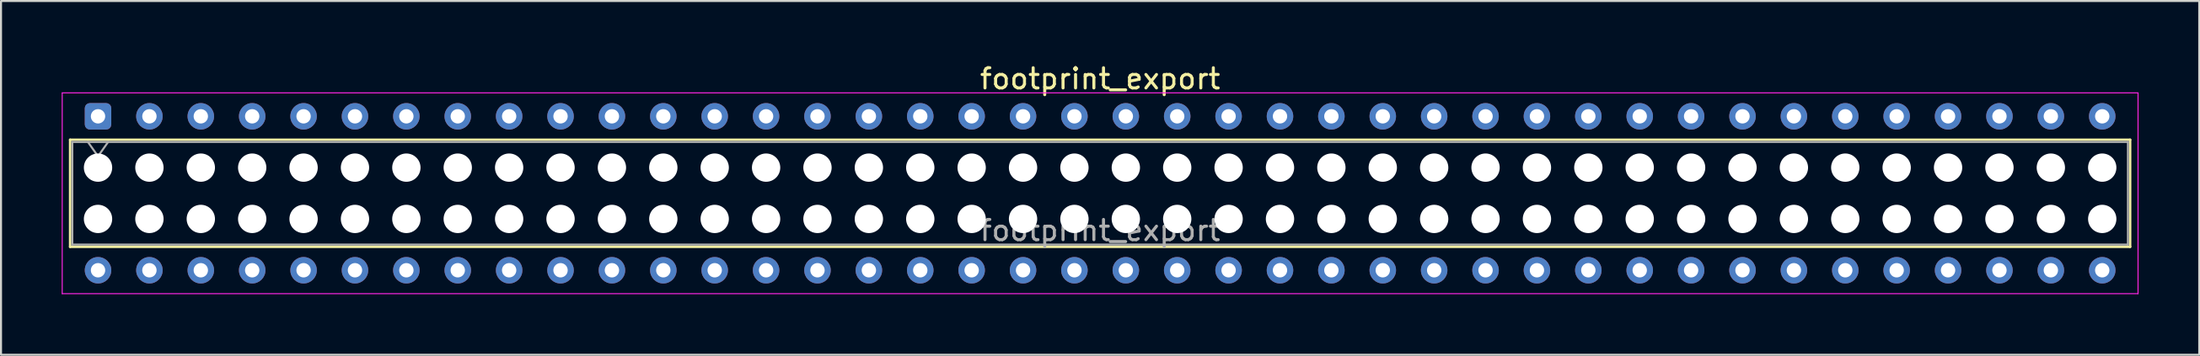
<source format=kicad_pcb>
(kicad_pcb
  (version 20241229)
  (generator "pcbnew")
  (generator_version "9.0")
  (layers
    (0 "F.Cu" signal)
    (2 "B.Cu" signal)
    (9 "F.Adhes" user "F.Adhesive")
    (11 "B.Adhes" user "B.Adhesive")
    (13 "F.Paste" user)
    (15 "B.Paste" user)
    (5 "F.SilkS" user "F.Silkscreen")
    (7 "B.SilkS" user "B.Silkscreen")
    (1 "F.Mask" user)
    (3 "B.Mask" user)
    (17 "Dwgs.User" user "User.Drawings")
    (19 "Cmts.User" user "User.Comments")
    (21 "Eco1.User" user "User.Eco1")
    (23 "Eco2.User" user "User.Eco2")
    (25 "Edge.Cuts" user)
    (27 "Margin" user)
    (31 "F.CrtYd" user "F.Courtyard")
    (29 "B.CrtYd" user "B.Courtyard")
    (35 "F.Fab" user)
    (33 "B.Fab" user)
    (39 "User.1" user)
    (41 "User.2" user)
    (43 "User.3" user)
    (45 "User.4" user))
  (footprint "footprint_export"
    (layer "F.Cu")
    (at 1.795 2.708)
    (property "Reference" "footprint_export" (at 49.53 -1.86 0) (layer "F.SilkS") (effects (font (size 1 1) (thickness 0.15))))
    (attr through_hole)
    (fp_line (start -1.38 1.16) (end 100.44 1.16) (stroke (width 0.12) (type solid)) (layer "F.SilkS"))
    (fp_line (start -1.38 6.46) (end -1.38 1.16) (stroke (width 0.12) (type solid)) (layer "F.SilkS"))
    (fp_line (start 100.44 1.16) (end 100.44 6.46) (stroke (width 0.12) (type solid)) (layer "F.SilkS"))
    (fp_line (start 100.44 6.46) (end -1.38 6.46) (stroke (width 0.12) (type solid)) (layer "F.SilkS"))
    (fp_line (start -1.77 -1.16) (end 100.83 -1.16) (stroke (width 0.05) (type solid)) (layer "F.CrtYd"))
    (fp_line (start -1.77 8.78) (end -1.77 -1.16) (stroke (width 0.05) (type solid)) (layer "F.CrtYd"))
    (fp_line (start 100.83 -1.16) (end 100.83 8.78) (stroke (width 0.05) (type solid)) (layer "F.CrtYd"))
    (fp_line (start 100.83 8.78) (end -1.77 8.78) (stroke (width 0.05) (type solid)) (layer "F.CrtYd"))
    (fp_line (start -1.27 1.27) (end 100.33 1.27) (stroke (width 0.1) (type solid)) (layer "F.Fab"))
    (fp_line (start -1.27 6.35) (end -1.27 1.27) (stroke (width 0.1) (type solid)) (layer "F.Fab"))
    (fp_line (start -0.5 1.27) (end 0 1.977) (stroke (width 0.1) (type solid)) (layer "F.Fab"))
    (fp_line (start 0 1.977) (end 0.5 1.27) (stroke (width 0.1) (type solid)) (layer "F.Fab"))
    (fp_line (start 100.33 1.27) (end 100.33 6.35) (stroke (width 0.1) (type solid)) (layer "F.Fab"))
    (fp_line (start 100.33 6.35) (end -1.27 6.35) (stroke (width 0.1) (type solid)) (layer "F.Fab"))
    (fp_text user "${REFERENCE}" (at 49.53 5.65 0) (layer "F.Fab") (effects (font (size 1 1) (thickness 0.15))))
    (pad "" np_thru_hole circle (at 0 2.54) (size 1.4 1.4) (drill 1.4) (layers "*.Cu" "*.Mask"))
    (pad "" np_thru_hole circle (at 0 5.08) (size 1.4 1.4) (drill 1.4) (layers "*.Cu" "*.Mask"))
    (pad "" np_thru_hole circle (at 2.54 2.54) (size 1.4 1.4) (drill 1.4) (layers "*.Cu" "*.Mask"))
    (pad "" np_thru_hole circle (at 2.54 5.08) (size 1.4 1.4) (drill 1.4) (layers "*.Cu" "*.Mask"))
    (pad "" np_thru_hole circle (at 5.08 2.54) (size 1.4 1.4) (drill 1.4) (layers "*.Cu" "*.Mask"))
    (pad "" np_thru_hole circle (at 5.08 5.08) (size 1.4 1.4) (drill 1.4) (layers "*.Cu" "*.Mask"))
    (pad "" np_thru_hole circle (at 7.62 2.54) (size 1.4 1.4) (drill 1.4) (layers "*.Cu" "*.Mask"))
    (pad "" np_thru_hole circle (at 7.62 5.08) (size 1.4 1.4) (drill 1.4) (layers "*.Cu" "*.Mask"))
    (pad "" np_thru_hole circle (at 10.16 2.54) (size 1.4 1.4) (drill 1.4) (layers "*.Cu" "*.Mask"))
    (pad "" np_thru_hole circle (at 10.16 5.08) (size 1.4 1.4) (drill 1.4) (layers "*.Cu" "*.Mask"))
    (pad "" np_thru_hole circle (at 12.7 2.54) (size 1.4 1.4) (drill 1.4) (layers "*.Cu" "*.Mask"))
    (pad "" np_thru_hole circle (at 12.7 5.08) (size 1.4 1.4) (drill 1.4) (layers "*.Cu" "*.Mask"))
    (pad "" np_thru_hole circle (at 15.24 2.54) (size 1.4 1.4) (drill 1.4) (layers "*.Cu" "*.Mask"))
    (pad "" np_thru_hole circle (at 15.24 5.08) (size 1.4 1.4) (drill 1.4) (layers "*.Cu" "*.Mask"))
    (pad "" np_thru_hole circle (at 17.78 2.54) (size 1.4 1.4) (drill 1.4) (layers "*.Cu" "*.Mask"))
    (pad "" np_thru_hole circle (at 17.78 5.08) (size 1.4 1.4) (drill 1.4) (layers "*.Cu" "*.Mask"))
    (pad "" np_thru_hole circle (at 20.32 2.54) (size 1.4 1.4) (drill 1.4) (layers "*.Cu" "*.Mask"))
    (pad "" np_thru_hole circle (at 20.32 5.08) (size 1.4 1.4) (drill 1.4) (layers "*.Cu" "*.Mask"))
    (pad "" np_thru_hole circle (at 22.86 2.54) (size 1.4 1.4) (drill 1.4) (layers "*.Cu" "*.Mask"))
    (pad "" np_thru_hole circle (at 22.86 5.08) (size 1.4 1.4) (drill 1.4) (layers "*.Cu" "*.Mask"))
    (pad "" np_thru_hole circle (at 25.4 2.54) (size 1.4 1.4) (drill 1.4) (layers "*.Cu" "*.Mask"))
    (pad "" np_thru_hole circle (at 25.4 5.08) (size 1.4 1.4) (drill 1.4) (layers "*.Cu" "*.Mask"))
    (pad "" np_thru_hole circle (at 27.94 2.54) (size 1.4 1.4) (drill 1.4) (layers "*.Cu" "*.Mask"))
    (pad "" np_thru_hole circle (at 27.94 5.08) (size 1.4 1.4) (drill 1.4) (layers "*.Cu" "*.Mask"))
    (pad "" np_thru_hole circle (at 30.48 2.54) (size 1.4 1.4) (drill 1.4) (layers "*.Cu" "*.Mask"))
    (pad "" np_thru_hole circle (at 30.48 5.08) (size 1.4 1.4) (drill 1.4) (layers "*.Cu" "*.Mask"))
    (pad "" np_thru_hole circle (at 33.02 2.54) (size 1.4 1.4) (drill 1.4) (layers "*.Cu" "*.Mask"))
    (pad "" np_thru_hole circle (at 33.02 5.08) (size 1.4 1.4) (drill 1.4) (layers "*.Cu" "*.Mask"))
    (pad "" np_thru_hole circle (at 35.56 2.54) (size 1.4 1.4) (drill 1.4) (layers "*.Cu" "*.Mask"))
    (pad "" np_thru_hole circle (at 35.56 5.08) (size 1.4 1.4) (drill 1.4) (layers "*.Cu" "*.Mask"))
    (pad "" np_thru_hole circle (at 38.1 2.54) (size 1.4 1.4) (drill 1.4) (layers "*.Cu" "*.Mask"))
    (pad "" np_thru_hole circle (at 38.1 5.08) (size 1.4 1.4) (drill 1.4) (layers "*.Cu" "*.Mask"))
    (pad "" np_thru_hole circle (at 40.64 2.54) (size 1.4 1.4) (drill 1.4) (layers "*.Cu" "*.Mask"))
    (pad "" np_thru_hole circle (at 40.64 5.08) (size 1.4 1.4) (drill 1.4) (layers "*.Cu" "*.Mask"))
    (pad "" np_thru_hole circle (at 43.18 2.54) (size 1.4 1.4) (drill 1.4) (layers "*.Cu" "*.Mask"))
    (pad "" np_thru_hole circle (at 43.18 5.08) (size 1.4 1.4) (drill 1.4) (layers "*.Cu" "*.Mask"))
    (pad "" np_thru_hole circle (at 45.72 2.54) (size 1.4 1.4) (drill 1.4) (layers "*.Cu" "*.Mask"))
    (pad "" np_thru_hole circle (at 45.72 5.08) (size 1.4 1.4) (drill 1.4) (layers "*.Cu" "*.Mask"))
    (pad "" np_thru_hole circle (at 48.26 2.54) (size 1.4 1.4) (drill 1.4) (layers "*.Cu" "*.Mask"))
    (pad "" np_thru_hole circle (at 48.26 5.08) (size 1.4 1.4) (drill 1.4) (layers "*.Cu" "*.Mask"))
    (pad "" np_thru_hole circle (at 50.8 2.54) (size 1.4 1.4) (drill 1.4) (layers "*.Cu" "*.Mask"))
    (pad "" np_thru_hole circle (at 50.8 5.08) (size 1.4 1.4) (drill 1.4) (layers "*.Cu" "*.Mask"))
    (pad "" np_thru_hole circle (at 53.34 2.54) (size 1.4 1.4) (drill 1.4) (layers "*.Cu" "*.Mask"))
    (pad "" np_thru_hole circle (at 53.34 5.08) (size 1.4 1.4) (drill 1.4) (layers "*.Cu" "*.Mask"))
    (pad "" np_thru_hole circle (at 55.88 2.54) (size 1.4 1.4) (drill 1.4) (layers "*.Cu" "*.Mask"))
    (pad "" np_thru_hole circle (at 55.88 5.08) (size 1.4 1.4) (drill 1.4) (layers "*.Cu" "*.Mask"))
    (pad "" np_thru_hole circle (at 58.42 2.54) (size 1.4 1.4) (drill 1.4) (layers "*.Cu" "*.Mask"))
    (pad "" np_thru_hole circle (at 58.42 5.08) (size 1.4 1.4) (drill 1.4) (layers "*.Cu" "*.Mask"))
    (pad "" np_thru_hole circle (at 60.96 2.54) (size 1.4 1.4) (drill 1.4) (layers "*.Cu" "*.Mask"))
    (pad "" np_thru_hole circle (at 60.96 5.08) (size 1.4 1.4) (drill 1.4) (layers "*.Cu" "*.Mask"))
    (pad "" np_thru_hole circle (at 63.5 2.54) (size 1.4 1.4) (drill 1.4) (layers "*.Cu" "*.Mask"))
    (pad "" np_thru_hole circle (at 63.5 5.08) (size 1.4 1.4) (drill 1.4) (layers "*.Cu" "*.Mask"))
    (pad "" np_thru_hole circle (at 66.04 2.54) (size 1.4 1.4) (drill 1.4) (layers "*.Cu" "*.Mask"))
    (pad "" np_thru_hole circle (at 66.04 5.08) (size 1.4 1.4) (drill 1.4) (layers "*.Cu" "*.Mask"))
    (pad "" np_thru_hole circle (at 68.58 2.54) (size 1.4 1.4) (drill 1.4) (layers "*.Cu" "*.Mask"))
    (pad "" np_thru_hole circle (at 68.58 5.08) (size 1.4 1.4) (drill 1.4) (layers "*.Cu" "*.Mask"))
    (pad "" np_thru_hole circle (at 71.12 2.54) (size 1.4 1.4) (drill 1.4) (layers "*.Cu" "*.Mask"))
    (pad "" np_thru_hole circle (at 71.12 5.08) (size 1.4 1.4) (drill 1.4) (layers "*.Cu" "*.Mask"))
    (pad "" np_thru_hole circle (at 73.66 2.54) (size 1.4 1.4) (drill 1.4) (layers "*.Cu" "*.Mask"))
    (pad "" np_thru_hole circle (at 73.66 5.08) (size 1.4 1.4) (drill 1.4) (layers "*.Cu" "*.Mask"))
    (pad "" np_thru_hole circle (at 76.2 2.54) (size 1.4 1.4) (drill 1.4) (layers "*.Cu" "*.Mask"))
    (pad "" np_thru_hole circle (at 76.2 5.08) (size 1.4 1.4) (drill 1.4) (layers "*.Cu" "*.Mask"))
    (pad "" np_thru_hole circle (at 78.74 2.54) (size 1.4 1.4) (drill 1.4) (layers "*.Cu" "*.Mask"))
    (pad "" np_thru_hole circle (at 78.74 5.08) (size 1.4 1.4) (drill 1.4) (layers "*.Cu" "*.Mask"))
    (pad "" np_thru_hole circle (at 81.28 2.54) (size 1.4 1.4) (drill 1.4) (layers "*.Cu" "*.Mask"))
    (pad "" np_thru_hole circle (at 81.28 5.08) (size 1.4 1.4) (drill 1.4) (layers "*.Cu" "*.Mask"))
    (pad "" np_thru_hole circle (at 83.82 2.54) (size 1.4 1.4) (drill 1.4) (layers "*.Cu" "*.Mask"))
    (pad "" np_thru_hole circle (at 83.82 5.08) (size 1.4 1.4) (drill 1.4) (layers "*.Cu" "*.Mask"))
    (pad "" np_thru_hole circle (at 86.36 2.54) (size 1.4 1.4) (drill 1.4) (layers "*.Cu" "*.Mask"))
    (pad "" np_thru_hole circle (at 86.36 5.08) (size 1.4 1.4) (drill 1.4) (layers "*.Cu" "*.Mask"))
    (pad "" np_thru_hole circle (at 88.9 2.54) (size 1.4 1.4) (drill 1.4) (layers "*.Cu" "*.Mask"))
    (pad "" np_thru_hole circle (at 88.9 5.08) (size 1.4 1.4) (drill 1.4) (layers "*.Cu" "*.Mask"))
    (pad "" np_thru_hole circle (at 91.44 2.54) (size 1.4 1.4) (drill 1.4) (layers "*.Cu" "*.Mask"))
    (pad "" np_thru_hole circle (at 91.44 5.08) (size 1.4 1.4) (drill 1.4) (layers "*.Cu" "*.Mask"))
    (pad "" np_thru_hole circle (at 93.98 2.54) (size 1.4 1.4) (drill 1.4) (layers "*.Cu" "*.Mask"))
    (pad "" np_thru_hole circle (at 93.98 5.08) (size 1.4 1.4) (drill 1.4) (layers "*.Cu" "*.Mask"))
    (pad "" np_thru_hole circle (at 96.52 2.54) (size 1.4 1.4) (drill 1.4) (layers "*.Cu" "*.Mask"))
    (pad "" np_thru_hole circle (at 96.52 5.08) (size 1.4 1.4) (drill 1.4) (layers "*.Cu" "*.Mask"))
    (pad "" np_thru_hole circle (at 99.06 2.54) (size 1.4 1.4) (drill 1.4) (layers "*.Cu" "*.Mask"))
    (pad "" np_thru_hole circle (at 99.06 5.08) (size 1.4 1.4) (drill 1.4) (layers "*.Cu" "*.Mask"))
    (pad "1" thru_hole roundrect (at 0 0) (size 1.31 1.31) (drill 0.71) (layers "*.Cu" "*.Mask") (roundrect_rratio 0.191))
    (pad "2" thru_hole circle (at 0 7.62) (size 1.31 1.31) (drill 0.71) (layers "*.Cu" "*.Mask"))
    (pad "3" thru_hole circle (at 2.54 0) (size 1.31 1.31) (drill 0.71) (layers "*.Cu" "*.Mask"))
    (pad "4" thru_hole circle (at 2.54 7.62) (size 1.31 1.31) (drill 0.71) (layers "*.Cu" "*.Mask"))
    (pad "5" thru_hole circle (at 5.08 0) (size 1.31 1.31) (drill 0.71) (layers "*.Cu" "*.Mask"))
    (pad "6" thru_hole circle (at 5.08 7.62) (size 1.31 1.31) (drill 0.71) (layers "*.Cu" "*.Mask"))
    (pad "7" thru_hole circle (at 7.62 0) (size 1.31 1.31) (drill 0.71) (layers "*.Cu" "*.Mask"))
    (pad "8" thru_hole circle (at 7.62 7.62) (size 1.31 1.31) (drill 0.71) (layers "*.Cu" "*.Mask"))
    (pad "9" thru_hole circle (at 10.16 0) (size 1.31 1.31) (drill 0.71) (layers "*.Cu" "*.Mask"))
    (pad "10" thru_hole circle (at 10.16 7.62) (size 1.31 1.31) (drill 0.71) (layers "*.Cu" "*.Mask"))
    (pad "11" thru_hole circle (at 12.7 0) (size 1.31 1.31) (drill 0.71) (layers "*.Cu" "*.Mask"))
    (pad "12" thru_hole circle (at 12.7 7.62) (size 1.31 1.31) (drill 0.71) (layers "*.Cu" "*.Mask"))
    (pad "13" thru_hole circle (at 15.24 0) (size 1.31 1.31) (drill 0.71) (layers "*.Cu" "*.Mask"))
    (pad "14" thru_hole circle (at 15.24 7.62) (size 1.31 1.31) (drill 0.71) (layers "*.Cu" "*.Mask"))
    (pad "15" thru_hole circle (at 17.78 0) (size 1.31 1.31) (drill 0.71) (layers "*.Cu" "*.Mask"))
    (pad "16" thru_hole circle (at 17.78 7.62) (size 1.31 1.31) (drill 0.71) (layers "*.Cu" "*.Mask"))
    (pad "17" thru_hole circle (at 20.32 0) (size 1.31 1.31) (drill 0.71) (layers "*.Cu" "*.Mask"))
    (pad "18" thru_hole circle (at 20.32 7.62) (size 1.31 1.31) (drill 0.71) (layers "*.Cu" "*.Mask"))
    (pad "19" thru_hole circle (at 22.86 0) (size 1.31 1.31) (drill 0.71) (layers "*.Cu" "*.Mask"))
    (pad "20" thru_hole circle (at 22.86 7.62) (size 1.31 1.31) (drill 0.71) (layers "*.Cu" "*.Mask"))
    (pad "21" thru_hole circle (at 25.4 0) (size 1.31 1.31) (drill 0.71) (layers "*.Cu" "*.Mask"))
    (pad "22" thru_hole circle (at 25.4 7.62) (size 1.31 1.31) (drill 0.71) (layers "*.Cu" "*.Mask"))
    (pad "23" thru_hole circle (at 27.94 0) (size 1.31 1.31) (drill 0.71) (layers "*.Cu" "*.Mask"))
    (pad "24" thru_hole circle (at 27.94 7.62) (size 1.31 1.31) (drill 0.71) (layers "*.Cu" "*.Mask"))
    (pad "25" thru_hole circle (at 30.48 0) (size 1.31 1.31) (drill 0.71) (layers "*.Cu" "*.Mask"))
    (pad "26" thru_hole circle (at 30.48 7.62) (size 1.31 1.31) (drill 0.71) (layers "*.Cu" "*.Mask"))
    (pad "27" thru_hole circle (at 33.02 0) (size 1.31 1.31) (drill 0.71) (layers "*.Cu" "*.Mask"))
    (pad "28" thru_hole circle (at 33.02 7.62) (size 1.31 1.31) (drill 0.71) (layers "*.Cu" "*.Mask"))
    (pad "29" thru_hole circle (at 35.56 0) (size 1.31 1.31) (drill 0.71) (layers "*.Cu" "*.Mask"))
    (pad "30" thru_hole circle (at 35.56 7.62) (size 1.31 1.31) (drill 0.71) (layers "*.Cu" "*.Mask"))
    (pad "31" thru_hole circle (at 38.1 0) (size 1.31 1.31) (drill 0.71) (layers "*.Cu" "*.Mask"))
    (pad "32" thru_hole circle (at 38.1 7.62) (size 1.31 1.31) (drill 0.71) (layers "*.Cu" "*.Mask"))
    (pad "33" thru_hole circle (at 40.64 0) (size 1.31 1.31) (drill 0.71) (layers "*.Cu" "*.Mask"))
    (pad "34" thru_hole circle (at 40.64 7.62) (size 1.31 1.31) (drill 0.71) (layers "*.Cu" "*.Mask"))
    (pad "35" thru_hole circle (at 43.18 0) (size 1.31 1.31) (drill 0.71) (layers "*.Cu" "*.Mask"))
    (pad "36" thru_hole circle (at 43.18 7.62) (size 1.31 1.31) (drill 0.71) (layers "*.Cu" "*.Mask"))
    (pad "37" thru_hole circle (at 45.72 0) (size 1.31 1.31) (drill 0.71) (layers "*.Cu" "*.Mask"))
    (pad "38" thru_hole circle (at 45.72 7.62) (size 1.31 1.31) (drill 0.71) (layers "*.Cu" "*.Mask"))
    (pad "39" thru_hole circle (at 48.26 0) (size 1.31 1.31) (drill 0.71) (layers "*.Cu" "*.Mask"))
    (pad "40" thru_hole circle (at 48.26 7.62) (size 1.31 1.31) (drill 0.71) (layers "*.Cu" "*.Mask"))
    (pad "41" thru_hole circle (at 50.8 0) (size 1.31 1.31) (drill 0.71) (layers "*.Cu" "*.Mask"))
    (pad "42" thru_hole circle (at 50.8 7.62) (size 1.31 1.31) (drill 0.71) (layers "*.Cu" "*.Mask"))
    (pad "43" thru_hole circle (at 53.34 0) (size 1.31 1.31) (drill 0.71) (layers "*.Cu" "*.Mask"))
    (pad "44" thru_hole circle (at 53.34 7.62) (size 1.31 1.31) (drill 0.71) (layers "*.Cu" "*.Mask"))
    (pad "45" thru_hole circle (at 55.88 0) (size 1.31 1.31) (drill 0.71) (layers "*.Cu" "*.Mask"))
    (pad "46" thru_hole circle (at 55.88 7.62) (size 1.31 1.31) (drill 0.71) (layers "*.Cu" "*.Mask"))
    (pad "47" thru_hole circle (at 58.42 0) (size 1.31 1.31) (drill 0.71) (layers "*.Cu" "*.Mask"))
    (pad "48" thru_hole circle (at 58.42 7.62) (size 1.31 1.31) (drill 0.71) (layers "*.Cu" "*.Mask"))
    (pad "49" thru_hole circle (at 60.96 0) (size 1.31 1.31) (drill 0.71) (layers "*.Cu" "*.Mask"))
    (pad "50" thru_hole circle (at 60.96 7.62) (size 1.31 1.31) (drill 0.71) (layers "*.Cu" "*.Mask"))
    (pad "51" thru_hole circle (at 63.5 0) (size 1.31 1.31) (drill 0.71) (layers "*.Cu" "*.Mask"))
    (pad "52" thru_hole circle (at 63.5 7.62) (size 1.31 1.31) (drill 0.71) (layers "*.Cu" "*.Mask"))
    (pad "53" thru_hole circle (at 66.04 0) (size 1.31 1.31) (drill 0.71) (layers "*.Cu" "*.Mask"))
    (pad "54" thru_hole circle (at 66.04 7.62) (size 1.31 1.31) (drill 0.71) (layers "*.Cu" "*.Mask"))
    (pad "55" thru_hole circle (at 68.58 0) (size 1.31 1.31) (drill 0.71) (layers "*.Cu" "*.Mask"))
    (pad "56" thru_hole circle (at 68.58 7.62) (size 1.31 1.31) (drill 0.71) (layers "*.Cu" "*.Mask"))
    (pad "57" thru_hole circle (at 71.12 0) (size 1.31 1.31) (drill 0.71) (layers "*.Cu" "*.Mask"))
    (pad "58" thru_hole circle (at 71.12 7.62) (size 1.31 1.31) (drill 0.71) (layers "*.Cu" "*.Mask"))
    (pad "59" thru_hole circle (at 73.66 0) (size 1.31 1.31) (drill 0.71) (layers "*.Cu" "*.Mask"))
    (pad "60" thru_hole circle (at 73.66 7.62) (size 1.31 1.31) (drill 0.71) (layers "*.Cu" "*.Mask"))
    (pad "61" thru_hole circle (at 76.2 0) (size 1.31 1.31) (drill 0.71) (layers "*.Cu" "*.Mask"))
    (pad "62" thru_hole circle (at 76.2 7.62) (size 1.31 1.31) (drill 0.71) (layers "*.Cu" "*.Mask"))
    (pad "63" thru_hole circle (at 78.74 0) (size 1.31 1.31) (drill 0.71) (layers "*.Cu" "*.Mask"))
    (pad "64" thru_hole circle (at 78.74 7.62) (size 1.31 1.31) (drill 0.71) (layers "*.Cu" "*.Mask"))
    (pad "65" thru_hole circle (at 81.28 0) (size 1.31 1.31) (drill 0.71) (layers "*.Cu" "*.Mask"))
    (pad "66" thru_hole circle (at 81.28 7.62) (size 1.31 1.31) (drill 0.71) (layers "*.Cu" "*.Mask"))
    (pad "67" thru_hole circle (at 83.82 0) (size 1.31 1.31) (drill 0.71) (layers "*.Cu" "*.Mask"))
    (pad "68" thru_hole circle (at 83.82 7.62) (size 1.31 1.31) (drill 0.71) (layers "*.Cu" "*.Mask"))
    (pad "69" thru_hole circle (at 86.36 0) (size 1.31 1.31) (drill 0.71) (layers "*.Cu" "*.Mask"))
    (pad "70" thru_hole circle (at 86.36 7.62) (size 1.31 1.31) (drill 0.71) (layers "*.Cu" "*.Mask"))
    (pad "71" thru_hole circle (at 88.9 0) (size 1.31 1.31) (drill 0.71) (layers "*.Cu" "*.Mask"))
    (pad "72" thru_hole circle (at 88.9 7.62) (size 1.31 1.31) (drill 0.71) (layers "*.Cu" "*.Mask"))
    (pad "73" thru_hole circle (at 91.44 0) (size 1.31 1.31) (drill 0.71) (layers "*.Cu" "*.Mask"))
    (pad "74" thru_hole circle (at 91.44 7.62) (size 1.31 1.31) (drill 0.71) (layers "*.Cu" "*.Mask"))
    (pad "75" thru_hole circle (at 93.98 0) (size 1.31 1.31) (drill 0.71) (layers "*.Cu" "*.Mask"))
    (pad "76" thru_hole circle (at 93.98 7.62) (size 1.31 1.31) (drill 0.71) (layers "*.Cu" "*.Mask"))
    (pad "77" thru_hole circle (at 96.52 0) (size 1.31 1.31) (drill 0.71) (layers "*.Cu" "*.Mask"))
    (pad "78" thru_hole circle (at 96.52 7.62) (size 1.31 1.31) (drill 0.71) (layers "*.Cu" "*.Mask"))
    (pad "79" thru_hole circle (at 99.06 0) (size 1.31 1.31) (drill 0.71) (layers "*.Cu" "*.Mask"))
    (pad "80" thru_hole circle (at 99.06 7.62) (size 1.31 1.31) (drill 0.71) (layers "*.Cu" "*.Mask")))
  (gr_rect
    (start -3 -3)
    (end 105.65 14.513)
    (stroke (width 0.1) (type default))
    (fill no)
    (layer "Edge.Cuts")))
</source>
